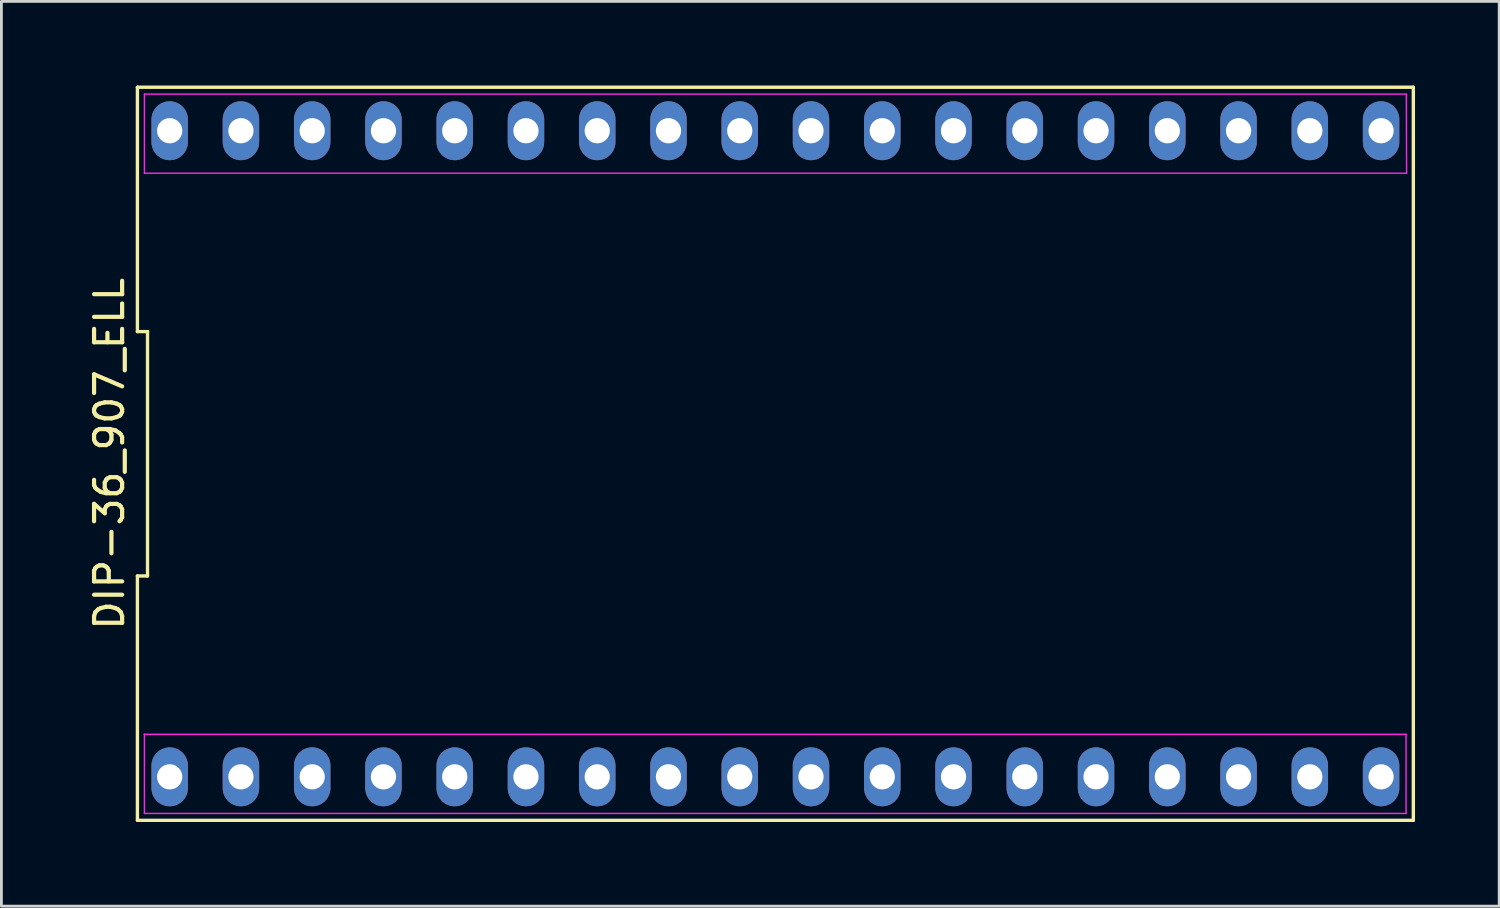
<source format=kicad_pcb>
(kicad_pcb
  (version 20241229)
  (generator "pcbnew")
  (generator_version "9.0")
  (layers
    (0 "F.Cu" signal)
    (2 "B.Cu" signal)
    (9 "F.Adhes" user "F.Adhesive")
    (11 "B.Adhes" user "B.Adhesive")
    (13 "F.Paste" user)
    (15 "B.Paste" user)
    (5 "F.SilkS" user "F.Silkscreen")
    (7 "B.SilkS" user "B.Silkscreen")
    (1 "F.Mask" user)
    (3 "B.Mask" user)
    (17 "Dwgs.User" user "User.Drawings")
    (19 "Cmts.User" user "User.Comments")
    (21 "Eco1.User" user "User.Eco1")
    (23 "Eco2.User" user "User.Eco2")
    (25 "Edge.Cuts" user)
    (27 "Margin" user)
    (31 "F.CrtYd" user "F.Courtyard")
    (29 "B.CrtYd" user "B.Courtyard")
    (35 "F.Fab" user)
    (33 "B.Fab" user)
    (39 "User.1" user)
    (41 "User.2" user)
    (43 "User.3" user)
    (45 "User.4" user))
  (footprint "DIP-36_907_ELL"
    (layer "F.Cu")
    (at 24.588 13.125)
    (property "Reference" "DIP-36_907_ELL" (at -23.74 0 90) (layer "F.SilkS") (effects (font (size 1 1) (thickness 0.15))))
    (attr through_hole)
    (fp_line (start -22.74 -13.065) (end -22.74 -4.355) (stroke (width 0.12) (type default)) (layer "F.SilkS"))
    (fp_line (start -22.74 -4.355) (end -22.38 -4.355) (stroke (width 0.12) (type default)) (layer "F.SilkS"))
    (fp_line (start -22.74 4.355) (end -22.74 13.065) (stroke (width 0.12) (type default)) (layer "F.SilkS"))
    (fp_line (start -22.74 13.065) (end 22.74 13.065) (stroke (width 0.12) (type default)) (layer "F.SilkS"))
    (fp_line (start -22.38 -4.355) (end -22.38 4.355) (stroke (width 0.12) (type default)) (layer "F.SilkS"))
    (fp_line (start -22.38 4.355) (end -22.74 4.355) (stroke (width 0.12) (type default)) (layer "F.SilkS"))
    (fp_line (start 22.74 -13.065) (end -22.74 -13.065) (stroke (width 0.12) (type default)) (layer "F.SilkS"))
    (fp_line (start 22.74 13.065) (end 22.74 -13.065) (stroke (width 0.12) (type solid)) (layer "F.SilkS"))
    (fp_line (start -22.49 -12.82) (end 22.49 -12.82) (stroke (width 0.05) (type default)) (layer "F.CrtYd"))
    (fp_line (start -22.49 -10) (end -22.49 -12.82) (stroke (width 0.05) (type default)) (layer "F.CrtYd"))
    (fp_line (start -22.49 12.82) (end -22.49 10) (stroke (width 0.05) (type default)) (layer "F.CrtYd"))
    (fp_line (start 22.48 10) (end -22.5 10) (stroke (width 0.05) (type solid)) (layer "F.CrtYd"))
    (fp_line (start 22.48 12.82) (end 22.48 10) (stroke (width 0.05) (type default)) (layer "F.CrtYd"))
    (fp_line (start 22.49 -12.82) (end 22.5 -10) (stroke (width 0.05) (type default)) (layer "F.CrtYd"))
    (fp_line (start 22.49 12.82) (end -22.49 12.82) (stroke (width 0.05) (type solid)) (layer "F.CrtYd"))
    (fp_line (start 22.5 -10) (end -22.49 -10) (stroke (width 0.05) (type solid)) (layer "F.CrtYd"))
    (pad "1" thru_hole oval (at -21.59 11.515) (size 1.3 2.1) (drill 0.9) (layers "*.Cu" "*.Mask"))
    (pad "2" thru_hole oval (at -19.05 11.515) (size 1.3 2.1) (drill 0.9) (layers "*.Cu" "*.Mask"))
    (pad "3" thru_hole oval (at -16.51 11.515) (size 1.3 2.1) (drill 0.9) (layers "*.Cu" "*.Mask"))
    (pad "4" thru_hole oval (at -13.97 11.515) (size 1.3 2.1) (drill 0.9) (layers "*.Cu" "*.Mask"))
    (pad "5" thru_hole oval (at -11.43 11.515) (size 1.3 2.1) (drill 0.9) (layers "*.Cu" "*.Mask"))
    (pad "6" thru_hole oval (at -8.89 11.515) (size 1.3 2.1) (drill 0.9) (layers "*.Cu" "*.Mask"))
    (pad "7" thru_hole oval (at -6.35 11.515) (size 1.3 2.1) (drill 0.9) (layers "*.Cu" "*.Mask"))
    (pad "8" thru_hole oval (at -3.81 11.515) (size 1.3 2.1) (drill 0.9) (layers "*.Cu" "*.Mask"))
    (pad "9" thru_hole oval (at -1.27 11.515) (size 1.3 2.1) (drill 0.9) (layers "*.Cu" "*.Mask"))
    (pad "10" thru_hole oval (at 1.27 11.515) (size 1.3 2.1) (drill 0.9) (layers "*.Cu" "*.Mask"))
    (pad "11" thru_hole oval (at 3.81 11.515) (size 1.3 2.1) (drill 0.9) (layers "*.Cu" "*.Mask"))
    (pad "12" thru_hole oval (at 6.35 11.515) (size 1.3 2.1) (drill 0.9) (layers "*.Cu" "*.Mask"))
    (pad "13" thru_hole oval (at 8.89 11.515) (size 1.3 2.1) (drill 0.9) (layers "*.Cu" "*.Mask"))
    (pad "14" thru_hole oval (at 11.43 11.515) (size 1.3 2.1) (drill 0.9) (layers "*.Cu" "*.Mask"))
    (pad "15" thru_hole oval (at 13.97 11.515) (size 1.3 2.1) (drill 0.9) (layers "*.Cu" "*.Mask"))
    (pad "16" thru_hole oval (at 16.51 11.515) (size 1.3 2.1) (drill 0.9) (layers "*.Cu" "*.Mask"))
    (pad "17" thru_hole oval (at 19.05 11.515) (size 1.3 2.1) (drill 0.9) (layers "*.Cu" "*.Mask"))
    (pad "18" thru_hole oval (at 21.59 11.515) (size 1.3 2.1) (drill 0.9) (layers "*.Cu" "*.Mask"))
    (pad "19" thru_hole oval (at 21.59 -11.515) (size 1.3 2.1) (drill 0.9) (layers "*.Cu" "*.Mask"))
    (pad "20" thru_hole oval (at 19.05 -11.515) (size 1.3 2.1) (drill 0.9) (layers "*.Cu" "*.Mask"))
    (pad "21" thru_hole oval (at 16.51 -11.515) (size 1.3 2.1) (drill 0.9) (layers "*.Cu" "*.Mask"))
    (pad "22" thru_hole oval (at 13.97 -11.515) (size 1.3 2.1) (drill 0.9) (layers "*.Cu" "*.Mask"))
    (pad "23" thru_hole oval (at 11.43 -11.515) (size 1.3 2.1) (drill 0.9) (layers "*.Cu" "*.Mask"))
    (pad "24" thru_hole oval (at 8.89 -11.515) (size 1.3 2.1) (drill 0.9) (layers "*.Cu" "*.Mask"))
    (pad "25" thru_hole oval (at 6.35 -11.515) (size 1.3 2.1) (drill 0.9) (layers "*.Cu" "*.Mask"))
    (pad "26" thru_hole oval (at 3.81 -11.515) (size 1.3 2.1) (drill 0.9) (layers "*.Cu" "*.Mask"))
    (pad "27" thru_hole oval (at 1.27 -11.515) (size 1.3 2.1) (drill 0.9) (layers "*.Cu" "*.Mask"))
    (pad "28" thru_hole oval (at -1.27 -11.515) (size 1.3 2.1) (drill 0.9) (layers "*.Cu" "*.Mask"))
    (pad "29" thru_hole oval (at -3.81 -11.515) (size 1.3 2.1) (drill 0.9) (layers "*.Cu" "*.Mask"))
    (pad "30" thru_hole oval (at -6.35 -11.515) (size 1.3 2.1) (drill 0.9) (layers "*.Cu" "*.Mask"))
    (pad "31" thru_hole oval (at -8.89 -11.515) (size 1.3 2.1) (drill 0.9) (layers "*.Cu" "*.Mask"))
    (pad "32" thru_hole oval (at -11.43 -11.515) (size 1.3 2.1) (drill 0.9) (layers "*.Cu" "*.Mask"))
    (pad "33" thru_hole oval (at -13.97 -11.515) (size 1.3 2.1) (drill 0.9) (layers "*.Cu" "*.Mask"))
    (pad "34" thru_hole oval (at -16.51 -11.515) (size 1.3 2.1) (drill 0.9) (layers "*.Cu" "*.Mask"))
    (pad "35" thru_hole oval (at -19.05 -11.515) (size 1.3 2.1) (drill 0.9) (layers "*.Cu" "*.Mask"))
    (pad "36" thru_hole oval (at -21.59 -11.515) (size 1.3 2.1) (drill 0.9) (layers "*.Cu" "*.Mask")))
  (gr_rect
    (start -3 -3)
    (end 50.388 29.25)
    (stroke (width 0.1) (type default))
    (fill no)
    (layer "Edge.Cuts")))
</source>
